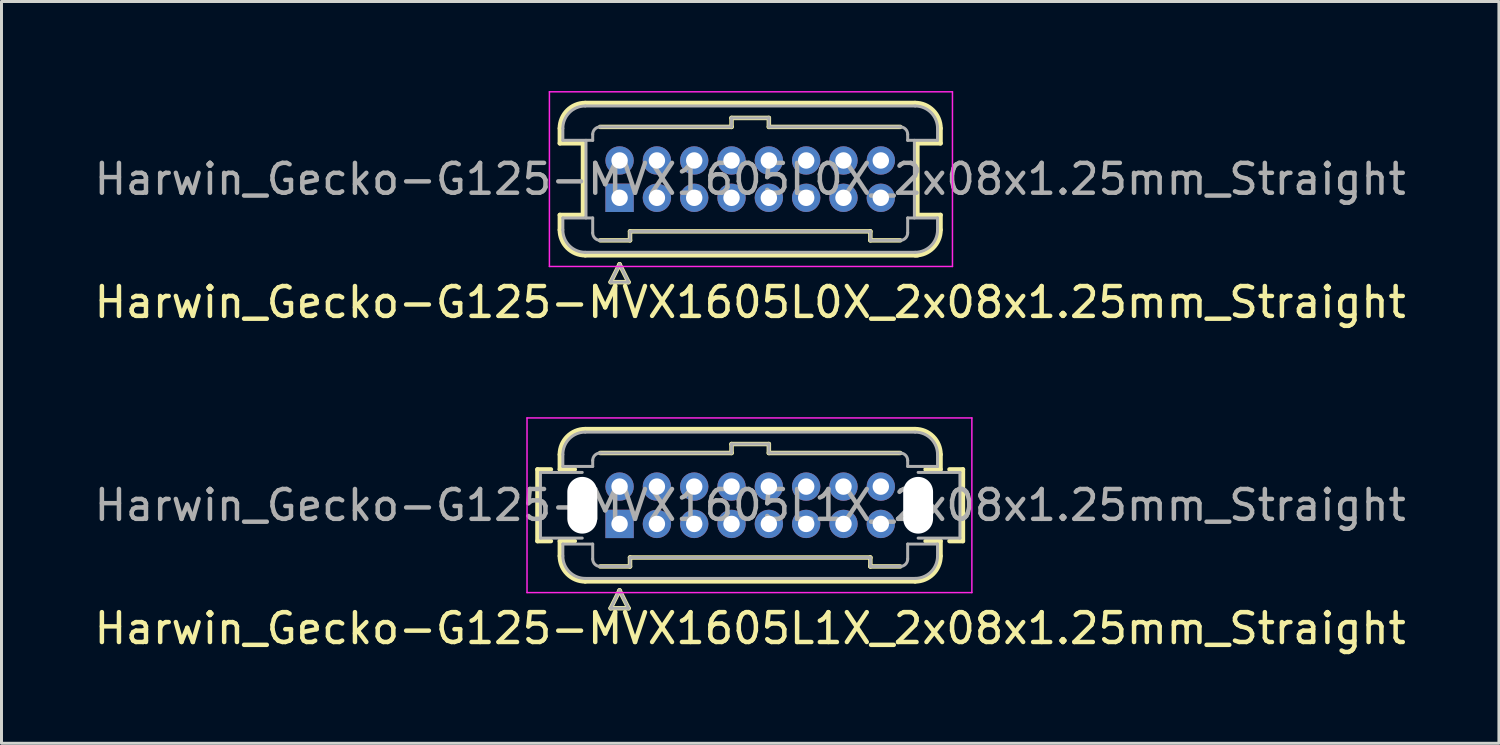
<source format=kicad_pcb>
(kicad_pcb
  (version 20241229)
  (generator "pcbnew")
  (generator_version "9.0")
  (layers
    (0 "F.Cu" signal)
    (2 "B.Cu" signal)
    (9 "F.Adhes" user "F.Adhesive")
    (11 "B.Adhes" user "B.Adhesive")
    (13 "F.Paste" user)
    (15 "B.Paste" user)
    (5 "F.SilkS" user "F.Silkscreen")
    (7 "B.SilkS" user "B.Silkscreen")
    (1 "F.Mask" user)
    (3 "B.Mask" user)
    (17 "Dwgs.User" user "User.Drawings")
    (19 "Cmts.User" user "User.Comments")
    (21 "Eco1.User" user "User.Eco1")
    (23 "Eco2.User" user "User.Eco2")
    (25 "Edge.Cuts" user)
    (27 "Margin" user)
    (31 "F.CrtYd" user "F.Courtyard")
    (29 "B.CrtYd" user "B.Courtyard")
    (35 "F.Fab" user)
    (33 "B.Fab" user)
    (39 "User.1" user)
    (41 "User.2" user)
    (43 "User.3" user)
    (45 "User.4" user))
  (footprint "Harwin_Gecko-G125-MVX1605L0X_2x08x1.25mm_Straight"
    (layer "F.Cu")
    (at 17.702 3.575)
    (property "Reference" "Harwin_Gecko-G125-MVX1605L0X_2x08x1.25mm_Straight" (at 4.375 3.5 0) (layer "F.SilkS") (effects (font (size 1 1) (thickness 0.15))))
    (attr through_hole)
    (fp_line (start -2 -1.825) (end -2 -2.325) (stroke (width 0.15) (type solid)) (layer "F.SilkS"))
    (fp_line (start -2 -1.825) (end -1.225 -1.825) (stroke (width 0.15) (type solid)) (layer "F.SilkS"))
    (fp_line (start -2 0.575) (end -1.225 0.575) (stroke (width 0.15) (type solid)) (layer "F.SilkS"))
    (fp_line (start -2 1.075) (end -2 0.575) (stroke (width 0.15) (type solid)) (layer "F.SilkS"))
    (fp_line (start -1.225 -1.825) (end -1.225 0.575) (stroke (width 0.15) (type solid)) (layer "F.SilkS"))
    (fp_line (start -1.15 -3.175) (end 9.9 -3.175) (stroke (width 0.15) (type solid)) (layer "F.SilkS"))
    (fp_line (start -1.15 1.925) (end 9.98 1.925) (stroke (width 0.15) (type solid)) (layer "F.SilkS"))
    (fp_line (start -0.65 -2.375) (end 3.75 -2.375) (stroke (width 0.15) (type solid)) (layer "F.SilkS"))
    (fp_line (start -0.65 1.425) (end 0.35 1.425) (stroke (width 0.15) (type solid)) (layer "F.SilkS"))
    (fp_line (start -0.3 2.825) (end 0.3 2.825) (stroke (width 0.15) (type solid)) (layer "F.SilkS"))
    (fp_line (start 0 2.225) (end -0.3 2.825) (stroke (width 0.15) (type solid)) (layer "F.SilkS"))
    (fp_line (start 0.3 2.825) (end 0 2.225) (stroke (width 0.15) (type solid)) (layer "F.SilkS"))
    (fp_line (start 0.35 1.125) (end 8.4 1.125) (stroke (width 0.15) (type solid)) (layer "F.SilkS"))
    (fp_line (start 0.35 1.425) (end 0.35 1.125) (stroke (width 0.15) (type solid)) (layer "F.SilkS"))
    (fp_line (start 3.75 -2.675) (end 5 -2.675) (stroke (width 0.15) (type solid)) (layer "F.SilkS"))
    (fp_line (start 3.75 -2.375) (end 3.75 -2.675) (stroke (width 0.15) (type solid)) (layer "F.SilkS"))
    (fp_line (start 5 -2.675) (end 5 -2.375) (stroke (width 0.15) (type solid)) (layer "F.SilkS"))
    (fp_line (start 5 -2.375) (end 9.4 -2.375) (stroke (width 0.15) (type solid)) (layer "F.SilkS"))
    (fp_line (start 8.4 1.125) (end 8.4 1.425) (stroke (width 0.15) (type solid)) (layer "F.SilkS"))
    (fp_line (start 8.4 1.425) (end 9.4 1.425) (stroke (width 0.15) (type solid)) (layer "F.SilkS"))
    (fp_line (start 9.975 -1.825) (end 9.975 0.575) (stroke (width 0.15) (type solid)) (layer "F.SilkS"))
    (fp_line (start 10.75 -2.325) (end 10.75 -1.825) (stroke (width 0.15) (type solid)) (layer "F.SilkS"))
    (fp_line (start 10.75 -1.825) (end 9.975 -1.825) (stroke (width 0.15) (type solid)) (layer "F.SilkS"))
    (fp_line (start 10.75 0.575) (end 9.975 0.575) (stroke (width 0.15) (type solid)) (layer "F.SilkS"))
    (fp_line (start 10.75 1.075) (end 10.75 0.575) (stroke (width 0.15) (type solid)) (layer "F.SilkS"))
    (fp_arc (start -2 -2.325) (mid -1.751041 -2.926041) (end -1.15 -3.175) (stroke (width 0.15) (type solid)) (layer "F.SilkS"))
    (fp_arc (start -1.15 1.925) (mid -1.751041 1.676041) (end -2 1.075) (stroke (width 0.15) (type solid)) (layer "F.SilkS"))
    (fp_arc (start 9.9 -3.175) (mid 10.501041 -2.926041) (end 10.75 -2.325) (stroke (width 0.15) (type solid)) (layer "F.SilkS"))
    (fp_arc (start 10.75 1.075) (mid 10.501041 1.676041) (end 9.9 1.925) (stroke (width 0.15) (type solid)) (layer "F.SilkS"))
    (fp_line (start -2.35 -3.55) (end -2.35 2.3) (stroke (width 0.05) (type solid)) (layer "F.CrtYd"))
    (fp_line (start -2.35 2.3) (end 11.15 2.3) (stroke (width 0.05) (type solid)) (layer "F.CrtYd"))
    (fp_line (start 11.15 -3.55) (end -2.35 -3.55) (stroke (width 0.05) (type solid)) (layer "F.CrtYd"))
    (fp_line (start 11.15 2.3) (end 11.15 -3.55) (stroke (width 0.05) (type solid)) (layer "F.CrtYd"))
    (fp_line (start -1.9 -2.325) (end -1.9 -1.925) (stroke (width 0.1) (type solid)) (layer "F.Fab"))
    (fp_line (start -1.9 -1.925) (end -0.9 -1.925) (stroke (width 0.1) (type solid)) (layer "F.Fab"))
    (fp_line (start -1.9 0.675) (end -0.9 0.675) (stroke (width 0.1) (type solid)) (layer "F.Fab"))
    (fp_line (start -1.9 1.075) (end -1.9 0.675) (stroke (width 0.1) (type solid)) (layer "F.Fab"))
    (fp_line (start -1.15 -3.075) (end 9.9 -3.075) (stroke (width 0.1) (type solid)) (layer "F.Fab"))
    (fp_line (start -1.15 1.825) (end 9.9 1.825) (stroke (width 0.1) (type solid)) (layer "F.Fab"))
    (fp_line (start -1.125 -1.925) (end -1.125 0.675) (stroke (width 0.1) (type solid)) (layer "F.Fab"))
    (fp_line (start -0.9 -2.125) (end -0.9 -1.925) (stroke (width 0.1) (type solid)) (layer "F.Fab"))
    (fp_line (start -0.9 1.175) (end -0.9 0.675) (stroke (width 0.1) (type solid)) (layer "F.Fab"))
    (fp_line (start -0.65 -2.375) (end 3.75 -2.375) (stroke (width 0.1) (type solid)) (layer "F.Fab"))
    (fp_line (start -0.65 1.425) (end 0.35 1.425) (stroke (width 0.1) (type solid)) (layer "F.Fab"))
    (fp_line (start -0.3 2.825) (end 0.3 2.825) (stroke (width 0.1) (type solid)) (layer "F.Fab"))
    (fp_line (start 0 2.225) (end -0.3 2.825) (stroke (width 0.1) (type solid)) (layer "F.Fab"))
    (fp_line (start 0.3 2.825) (end 0 2.225) (stroke (width 0.1) (type solid)) (layer "F.Fab"))
    (fp_line (start 0.35 1.125) (end 8.4 1.125) (stroke (width 0.1) (type solid)) (layer "F.Fab"))
    (fp_line (start 0.35 1.425) (end 0.35 1.125) (stroke (width 0.1) (type solid)) (layer "F.Fab"))
    (fp_line (start 3.75 -2.675) (end 5 -2.675) (stroke (width 0.1) (type solid)) (layer "F.Fab"))
    (fp_line (start 3.75 -2.375) (end 3.75 -2.675) (stroke (width 0.1) (type solid)) (layer "F.Fab"))
    (fp_line (start 5 -2.675) (end 5 -2.375) (stroke (width 0.1) (type solid)) (layer "F.Fab"))
    (fp_line (start 5 -2.375) (end 9.4 -2.375) (stroke (width 0.1) (type solid)) (layer "F.Fab"))
    (fp_line (start 8.4 1.125) (end 8.4 1.425) (stroke (width 0.1) (type solid)) (layer "F.Fab"))
    (fp_line (start 8.4 1.425) (end 9.4 1.425) (stroke (width 0.1) (type solid)) (layer "F.Fab"))
    (fp_line (start 9.65 -2.125) (end 9.65 -1.925) (stroke (width 0.1) (type solid)) (layer "F.Fab"))
    (fp_line (start 9.65 1.175) (end 9.65 0.675) (stroke (width 0.1) (type solid)) (layer "F.Fab"))
    (fp_line (start 9.875 -1.925) (end 9.875 0.675) (stroke (width 0.1) (type solid)) (layer "F.Fab"))
    (fp_line (start 10.65 -2.325) (end 10.65 -1.925) (stroke (width 0.1) (type solid)) (layer "F.Fab"))
    (fp_line (start 10.65 -1.925) (end 9.65 -1.925) (stroke (width 0.1) (type solid)) (layer "F.Fab"))
    (fp_line (start 10.65 0.675) (end 9.65 0.675) (stroke (width 0.1) (type solid)) (layer "F.Fab"))
    (fp_line (start 10.65 1.075) (end 10.65 0.675) (stroke (width 0.1) (type solid)) (layer "F.Fab"))
    (fp_arc (start -1.9 -2.325) (mid -1.68033 -2.85533) (end -1.15 -3.075) (stroke (width 0.1) (type solid)) (layer "F.Fab"))
    (fp_arc (start -1.15 1.825) (mid -1.68033 1.60533) (end -1.9 1.075) (stroke (width 0.1) (type solid)) (layer "F.Fab"))
    (fp_arc (start -0.9 -2.125) (mid -0.826777 -2.301777) (end -0.65 -2.375) (stroke (width 0.1) (type solid)) (layer "F.Fab"))
    (fp_arc (start -0.65 1.425) (mid -0.826777 1.351777) (end -0.9 1.175) (stroke (width 0.1) (type solid)) (layer "F.Fab"))
    (fp_arc (start 9.4 -2.375) (mid 9.576777 -2.301777) (end 9.65 -2.125) (stroke (width 0.1) (type solid)) (layer "F.Fab"))
    (fp_arc (start 9.65 1.175) (mid 9.576777 1.351777) (end 9.4 1.425) (stroke (width 0.1) (type solid)) (layer "F.Fab"))
    (fp_arc (start 9.9 -3.075) (mid 10.43033 -2.85533) (end 10.65 -2.325) (stroke (width 0.1) (type solid)) (layer "F.Fab"))
    (fp_arc (start 10.65 1.075) (mid 10.43033 1.60533) (end 9.9 1.825) (stroke (width 0.1) (type solid)) (layer "F.Fab"))
    (fp_text user "${REFERENCE}" (at 4.375 -0.625 0) (layer "F.Fab") (effects (font (size 1 1) (thickness 0.15))))
    (pad "1" thru_hole rect (at 0 0) (size 0.95 0.95) (drill 0.55) (layers "*.Cu" "*.Mask"))
    (pad "2" thru_hole circle (at 1.25 0) (size 0.95 0.95) (drill 0.55) (layers "*.Cu" "*.Mask"))
    (pad "3" thru_hole circle (at 2.5 0) (size 0.95 0.95) (drill 0.55) (layers "*.Cu" "*.Mask"))
    (pad "4" thru_hole circle (at 3.75 0) (size 0.95 0.95) (drill 0.55) (layers "*.Cu" "*.Mask"))
    (pad "5" thru_hole circle (at 5 0) (size 0.95 0.95) (drill 0.55) (layers "*.Cu" "*.Mask"))
    (pad "6" thru_hole circle (at 6.25 0) (size 0.95 0.95) (drill 0.55) (layers "*.Cu" "*.Mask"))
    (pad "7" thru_hole circle (at 7.5 0) (size 0.95 0.95) (drill 0.55) (layers "*.Cu" "*.Mask"))
    (pad "8" thru_hole circle (at 8.75 0) (size 0.95 0.95) (drill 0.55) (layers "*.Cu" "*.Mask"))
    (pad "9" thru_hole circle (at 0 -1.25) (size 0.95 0.95) (drill 0.55) (layers "*.Cu" "*.Mask"))
    (pad "10" thru_hole circle (at 1.25 -1.25) (size 0.95 0.95) (drill 0.55) (layers "*.Cu" "*.Mask"))
    (pad "11" thru_hole circle (at 2.5 -1.25) (size 0.95 0.95) (drill 0.55) (layers "*.Cu" "*.Mask"))
    (pad "12" thru_hole circle (at 3.75 -1.25) (size 0.95 0.95) (drill 0.55) (layers "*.Cu" "*.Mask"))
    (pad "13" thru_hole circle (at 5 -1.25) (size 0.95 0.95) (drill 0.55) (layers "*.Cu" "*.Mask"))
    (pad "14" thru_hole circle (at 6.25 -1.25) (size 0.95 0.95) (drill 0.55) (layers "*.Cu" "*.Mask"))
    (pad "15" thru_hole circle (at 7.5 -1.25) (size 0.95 0.95) (drill 0.55) (layers "*.Cu" "*.Mask"))
    (pad "16" thru_hole circle (at 8.75 -1.25) (size 0.95 0.95) (drill 0.55) (layers "*.Cu" "*.Mask")))
  (footprint "Harwin_Gecko-G125-MVX1605L1X_2x08x1.25mm_Straight"
    (layer "F.Cu")
    (at 17.702 14.498)
    (property "Reference" "Harwin_Gecko-G125-MVX1605L1X_2x08x1.25mm_Straight" (at 4.375 3.5 0) (layer "F.SilkS") (effects (font (size 1 1) (thickness 0.15))))
    (attr through_hole)
    (fp_line (start -2.75 -1.825) (end -2.75 0.575) (stroke (width 0.15) (type solid)) (layer "F.SilkS"))
    (fp_line (start -2.75 0.575) (end -2.3 0.575) (stroke (width 0.15) (type solid)) (layer "F.SilkS"))
    (fp_line (start -2.3 -1.825) (end -2.75 -1.825) (stroke (width 0.15) (type solid)) (layer "F.SilkS"))
    (fp_line (start -2 -1.825) (end -2 -2.325) (stroke (width 0.15) (type solid)) (layer "F.SilkS"))
    (fp_line (start -2 -1.825) (end -1.5 -1.825) (stroke (width 0.15) (type solid)) (layer "F.SilkS"))
    (fp_line (start -2 0.575) (end -1.5 0.575) (stroke (width 0.15) (type solid)) (layer "F.SilkS"))
    (fp_line (start -2 1.075) (end -2 0.575) (stroke (width 0.15) (type solid)) (layer "F.SilkS"))
    (fp_line (start -1.15 -3.175) (end 9.9 -3.175) (stroke (width 0.15) (type solid)) (layer "F.SilkS"))
    (fp_line (start -1.15 1.925) (end 9.9 1.925) (stroke (width 0.15) (type solid)) (layer "F.SilkS"))
    (fp_line (start -0.65 -2.375) (end 3.75 -2.375) (stroke (width 0.15) (type solid)) (layer "F.SilkS"))
    (fp_line (start -0.65 1.425) (end 0.35 1.425) (stroke (width 0.15) (type solid)) (layer "F.SilkS"))
    (fp_line (start -0.3 2.825) (end 0.3 2.825) (stroke (width 0.15) (type solid)) (layer "F.SilkS"))
    (fp_line (start 0 2.225) (end -0.3 2.825) (stroke (width 0.15) (type solid)) (layer "F.SilkS"))
    (fp_line (start 0.3 2.825) (end 0 2.225) (stroke (width 0.15) (type solid)) (layer "F.SilkS"))
    (fp_line (start 0.35 1.125) (end 8.4 1.125) (stroke (width 0.15) (type solid)) (layer "F.SilkS"))
    (fp_line (start 0.35 1.425) (end 0.35 1.125) (stroke (width 0.15) (type solid)) (layer "F.SilkS"))
    (fp_line (start 3.75 -2.675) (end 5 -2.675) (stroke (width 0.15) (type solid)) (layer "F.SilkS"))
    (fp_line (start 3.75 -2.375) (end 3.75 -2.675) (stroke (width 0.15) (type solid)) (layer "F.SilkS"))
    (fp_line (start 5 -2.675) (end 5 -2.375) (stroke (width 0.15) (type solid)) (layer "F.SilkS"))
    (fp_line (start 5 -2.375) (end 9.4 -2.375) (stroke (width 0.15) (type solid)) (layer "F.SilkS"))
    (fp_line (start 8.4 1.125) (end 8.4 1.425) (stroke (width 0.15) (type solid)) (layer "F.SilkS"))
    (fp_line (start 8.4 1.425) (end 9.4 1.425) (stroke (width 0.15) (type solid)) (layer "F.SilkS"))
    (fp_line (start 10.75 -2.325) (end 10.75 -1.825) (stroke (width 0.15) (type solid)) (layer "F.SilkS"))
    (fp_line (start 10.75 -1.825) (end 10.25 -1.825) (stroke (width 0.15) (type solid)) (layer "F.SilkS"))
    (fp_line (start 10.75 0.575) (end 10.25 0.575) (stroke (width 0.15) (type solid)) (layer "F.SilkS"))
    (fp_line (start 10.75 1.075) (end 10.75 0.575) (stroke (width 0.15) (type solid)) (layer "F.SilkS"))
    (fp_line (start 11.05 0.575) (end 11.5 0.575) (stroke (width 0.15) (type solid)) (layer "F.SilkS"))
    (fp_line (start 11.5 -1.825) (end 11.05 -1.825) (stroke (width 0.15) (type solid)) (layer "F.SilkS"))
    (fp_line (start 11.5 -1.825) (end 11.5 0.575) (stroke (width 0.15) (type solid)) (layer "F.SilkS"))
    (fp_arc (start -2 -2.325) (mid -1.751041 -2.926041) (end -1.15 -3.175) (stroke (width 0.15) (type solid)) (layer "F.SilkS"))
    (fp_arc (start -1.15 1.925) (mid -1.751041 1.676041) (end -2 1.075) (stroke (width 0.15) (type solid)) (layer "F.SilkS"))
    (fp_arc (start 9.9 -3.175) (mid 10.501041 -2.926041) (end 10.75 -2.325) (stroke (width 0.15) (type solid)) (layer "F.SilkS"))
    (fp_arc (start 10.75 1.075) (mid 10.501041 1.676041) (end 9.9 1.925) (stroke (width 0.15) (type solid)) (layer "F.SilkS"))
    (fp_line (start -3.1 -3.55) (end -3.1 2.3) (stroke (width 0.05) (type solid)) (layer "F.CrtYd"))
    (fp_line (start -3.1 2.3) (end 11.8 2.3) (stroke (width 0.05) (type solid)) (layer "F.CrtYd"))
    (fp_line (start 11.8 -3.55) (end -3.1 -3.55) (stroke (width 0.05) (type solid)) (layer "F.CrtYd"))
    (fp_line (start 11.8 2.3) (end 11.8 -3.55) (stroke (width 0.05) (type solid)) (layer "F.CrtYd"))
    (fp_line (start -2.65 0.475) (end -2.65 -1.725) (stroke (width 0.1) (type solid)) (layer "F.Fab"))
    (fp_line (start -2.65 0.475) (end -1.25 0.475) (stroke (width 0.1) (type solid)) (layer "F.Fab"))
    (fp_line (start -1.9 -2.325) (end -1.9 -1.925) (stroke (width 0.1) (type solid)) (layer "F.Fab"))
    (fp_line (start -1.9 -1.925) (end -0.9 -1.925) (stroke (width 0.1) (type solid)) (layer "F.Fab"))
    (fp_line (start -1.9 0.675) (end -0.9 0.675) (stroke (width 0.1) (type solid)) (layer "F.Fab"))
    (fp_line (start -1.9 1.075) (end -1.9 0.675) (stroke (width 0.1) (type solid)) (layer "F.Fab"))
    (fp_line (start -1.25 -1.725) (end -2.65 -1.725) (stroke (width 0.1) (type solid)) (layer "F.Fab"))
    (fp_line (start -1.15 -3.075) (end 9.9 -3.075) (stroke (width 0.1) (type solid)) (layer "F.Fab"))
    (fp_line (start -1.15 1.825) (end 9.9 1.825) (stroke (width 0.1) (type solid)) (layer "F.Fab"))
    (fp_line (start -0.9 -2.125) (end -0.9 -1.925) (stroke (width 0.1) (type solid)) (layer "F.Fab"))
    (fp_line (start -0.9 1.175) (end -0.9 0.675) (stroke (width 0.1) (type solid)) (layer "F.Fab"))
    (fp_line (start -0.65 -2.375) (end 3.75 -2.375) (stroke (width 0.1) (type solid)) (layer "F.Fab"))
    (fp_line (start -0.65 1.425) (end 0.35 1.425) (stroke (width 0.1) (type solid)) (layer "F.Fab"))
    (fp_line (start -0.3 2.825) (end 0.3 2.825) (stroke (width 0.1) (type solid)) (layer "F.Fab"))
    (fp_line (start 0 2.225) (end -0.3 2.825) (stroke (width 0.1) (type solid)) (layer "F.Fab"))
    (fp_line (start 0.3 2.825) (end 0 2.225) (stroke (width 0.1) (type solid)) (layer "F.Fab"))
    (fp_line (start 0.35 1.125) (end 8.4 1.125) (stroke (width 0.1) (type solid)) (layer "F.Fab"))
    (fp_line (start 0.35 1.425) (end 0.35 1.125) (stroke (width 0.1) (type solid)) (layer "F.Fab"))
    (fp_line (start 3.75 -2.675) (end 5 -2.675) (stroke (width 0.1) (type solid)) (layer "F.Fab"))
    (fp_line (start 3.75 -2.375) (end 3.75 -2.675) (stroke (width 0.1) (type solid)) (layer "F.Fab"))
    (fp_line (start 5 -2.675) (end 5 -2.375) (stroke (width 0.1) (type solid)) (layer "F.Fab"))
    (fp_line (start 5 -2.375) (end 9.4 -2.375) (stroke (width 0.1) (type solid)) (layer "F.Fab"))
    (fp_line (start 8.4 1.125) (end 8.4 1.425) (stroke (width 0.1) (type solid)) (layer "F.Fab"))
    (fp_line (start 8.4 1.425) (end 9.4 1.425) (stroke (width 0.1) (type solid)) (layer "F.Fab"))
    (fp_line (start 9.65 -2.125) (end 9.65 -1.925) (stroke (width 0.1) (type solid)) (layer "F.Fab"))
    (fp_line (start 9.65 1.175) (end 9.65 0.675) (stroke (width 0.1) (type solid)) (layer "F.Fab"))
    (fp_line (start 10 0.475) (end 11.4 0.475) (stroke (width 0.1) (type solid)) (layer "F.Fab"))
    (fp_line (start 10.65 -2.325) (end 10.65 -1.925) (stroke (width 0.1) (type solid)) (layer "F.Fab"))
    (fp_line (start 10.65 -1.925) (end 9.65 -1.925) (stroke (width 0.1) (type solid)) (layer "F.Fab"))
    (fp_line (start 10.65 0.675) (end 9.65 0.675) (stroke (width 0.1) (type solid)) (layer "F.Fab"))
    (fp_line (start 10.65 1.075) (end 10.65 0.675) (stroke (width 0.1) (type solid)) (layer "F.Fab"))
    (fp_line (start 11.4 -1.725) (end 10 -1.725) (stroke (width 0.1) (type solid)) (layer "F.Fab"))
    (fp_line (start 11.4 -1.725) (end 11.4 0.475) (stroke (width 0.1) (type solid)) (layer "F.Fab"))
    (fp_arc (start -1.9 -2.325) (mid -1.68033 -2.85533) (end -1.15 -3.075) (stroke (width 0.1) (type solid)) (layer "F.Fab"))
    (fp_arc (start -1.15 1.825) (mid -1.68033 1.60533) (end -1.9 1.075) (stroke (width 0.1) (type solid)) (layer "F.Fab"))
    (fp_arc (start -0.9 -2.125) (mid -0.826777 -2.301777) (end -0.65 -2.375) (stroke (width 0.1) (type solid)) (layer "F.Fab"))
    (fp_arc (start -0.65 1.425) (mid -0.826777 1.351777) (end -0.9 1.175) (stroke (width 0.1) (type solid)) (layer "F.Fab"))
    (fp_arc (start 9.4 -2.375) (mid 9.576777 -2.301777) (end 9.65 -2.125) (stroke (width 0.1) (type solid)) (layer "F.Fab"))
    (fp_arc (start 9.65 1.175) (mid 9.576777 1.351777) (end 9.4 1.425) (stroke (width 0.1) (type solid)) (layer "F.Fab"))
    (fp_arc (start 9.9 -3.075) (mid 10.43033 -2.85533) (end 10.65 -2.325) (stroke (width 0.1) (type solid)) (layer "F.Fab"))
    (fp_arc (start 10.65 1.075) (mid 10.43033 1.60533) (end 9.9 1.825) (stroke (width 0.1) (type solid)) (layer "F.Fab"))
    (fp_text user "${REFERENCE}" (at 4.375 -0.625 0) (layer "F.Fab") (effects (font (size 1 1) (thickness 0.15))))
    (pad "" np_thru_hole oval (at -1.25 -0.625) (size 1 1.9) (drill oval 1 1.9) (layers "*.Cu" "*.Mask"))
    (pad "" np_thru_hole oval (at 10 -0.625) (size 1 1.9) (drill oval 1 1.9) (layers "*.Cu" "*.Mask"))
    (pad "1" thru_hole rect (at 0 0) (size 0.95 0.95) (drill 0.55) (layers "*.Cu" "*.Mask"))
    (pad "2" thru_hole circle (at 1.25 0) (size 0.95 0.95) (drill 0.55) (layers "*.Cu" "*.Mask"))
    (pad "3" thru_hole circle (at 2.5 0) (size 0.95 0.95) (drill 0.55) (layers "*.Cu" "*.Mask"))
    (pad "4" thru_hole circle (at 3.75 0) (size 0.95 0.95) (drill 0.55) (layers "*.Cu" "*.Mask"))
    (pad "5" thru_hole circle (at 5 0) (size 0.95 0.95) (drill 0.55) (layers "*.Cu" "*.Mask"))
    (pad "6" thru_hole circle (at 6.25 0) (size 0.95 0.95) (drill 0.55) (layers "*.Cu" "*.Mask"))
    (pad "7" thru_hole circle (at 7.5 0) (size 0.95 0.95) (drill 0.55) (layers "*.Cu" "*.Mask"))
    (pad "8" thru_hole circle (at 8.75 0) (size 0.95 0.95) (drill 0.55) (layers "*.Cu" "*.Mask"))
    (pad "9" thru_hole circle (at 0 -1.25) (size 0.95 0.95) (drill 0.55) (layers "*.Cu" "*.Mask"))
    (pad "10" thru_hole circle (at 1.25 -1.25) (size 0.95 0.95) (drill 0.55) (layers "*.Cu" "*.Mask"))
    (pad "11" thru_hole circle (at 2.5 -1.25) (size 0.95 0.95) (drill 0.55) (layers "*.Cu" "*.Mask"))
    (pad "12" thru_hole circle (at 3.75 -1.25) (size 0.95 0.95) (drill 0.55) (layers "*.Cu" "*.Mask"))
    (pad "13" thru_hole circle (at 5 -1.25) (size 0.95 0.95) (drill 0.55) (layers "*.Cu" "*.Mask"))
    (pad "14" thru_hole circle (at 6.25 -1.25) (size 0.95 0.95) (drill 0.55) (layers "*.Cu" "*.Mask"))
    (pad "15" thru_hole circle (at 7.5 -1.25) (size 0.95 0.95) (drill 0.55) (layers "*.Cu" "*.Mask"))
    (pad "16" thru_hole circle (at 8.75 -1.25) (size 0.95 0.95) (drill 0.55) (layers "*.Cu" "*.Mask")))
  (gr_rect
    (start -3 -3)
    (end 47.155 21.846)
    (stroke (width 0.1) (type default))
    (fill no)
    (layer "Edge.Cuts")))
</source>
